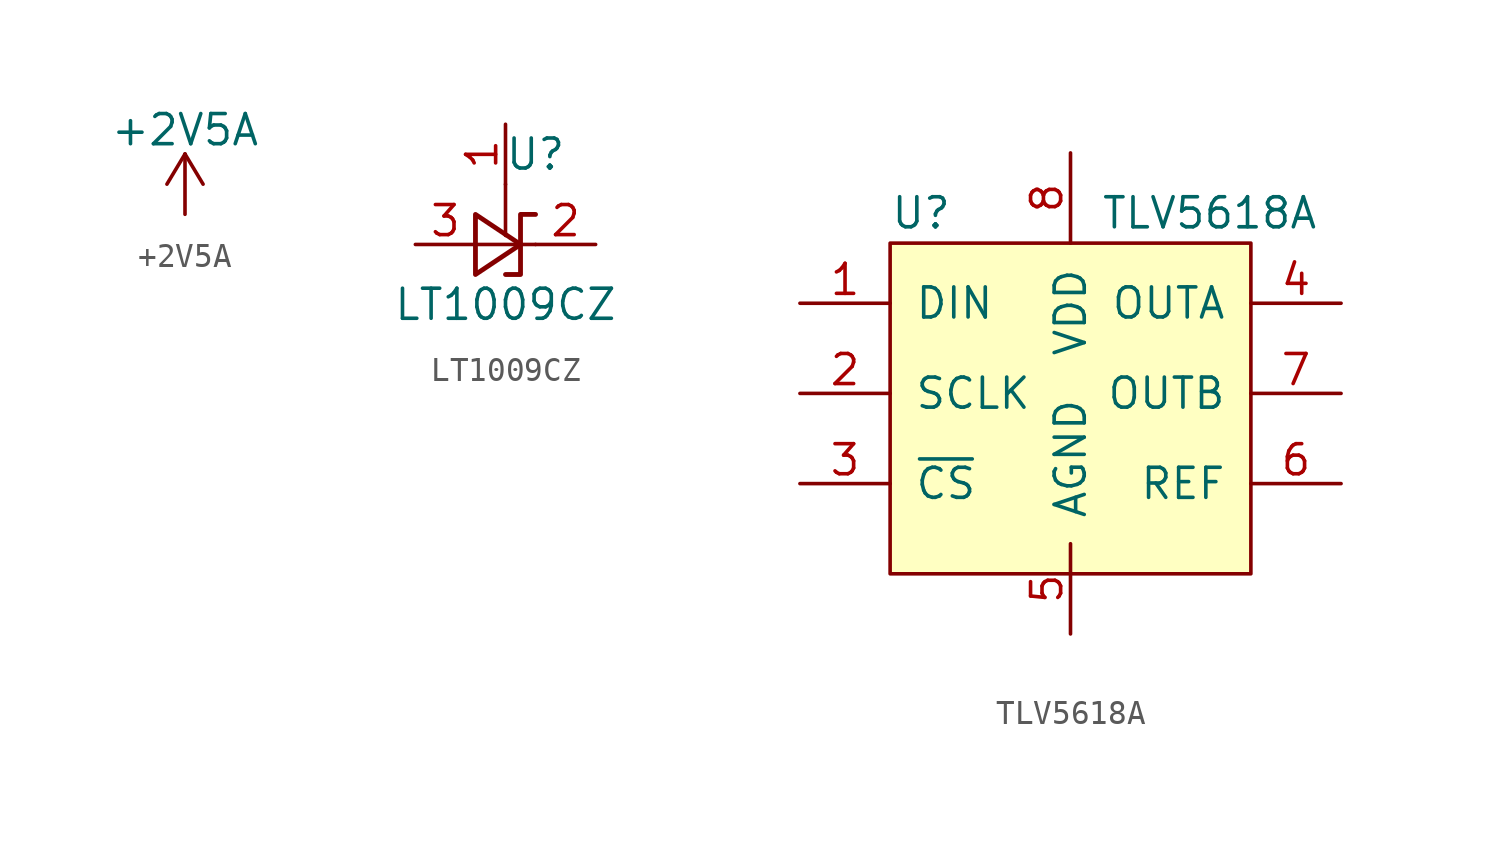
<source format=kicad_sym>
(kicad_symbol_lib
  (version 20220914)
  (generator kicad_symbol_editor)
  (symbol "+2V5A"
    (power)
    (pin_names
      (offset 0))
    (property "Reference" "#PWR"
      (at 0 -3.81 0)
      (effects (font (size 1.27 1.27)) hide))
    (property "Value" "+2V5A"
      (at 0 3.556 0)
      (effects (font (size 1.27 1.27))))
    (symbol "+2V5A_0_1"
      (polyline (pts (xy -0.762 1.27) (xy 0 2.54)) (stroke (width 0) (type default)) (fill (type none)))
      (polyline (pts (xy 0 0) (xy 0 2.54)) (stroke (width 0) (type default)) (fill (type none)))
      (polyline (pts (xy 0 2.54) (xy 0.762 1.27)) (stroke (width 0) (type default)) (fill (type none))))
    (symbol "+2V5A_1_1"
      (pin power_in line (at 0 0 90) (length 0) hide (name "+2V5A" (effects (font (size 1.27 1.27)))) (number "1" (effects (font (size 1.27 1.27)))))))
  (symbol "LT1009CZ"
    (pin_names hide)
    (property "Reference" "U"
      (at 1.27 3.81 0)
      (effects (font (size 1.27 1.27))))
    (property "Value" "LT1009CZ"
      (at 0 -2.54 0)
      (effects (font (size 1.27 1.27))))
    (symbol "LT1009CZ_1_1"
      (polyline (pts (xy 0 2.54) (xy 0 0.381)) (stroke (width 0) (type default)) (fill (type none)))
      (polyline (pts (xy -1.27 0) (xy 0 0) (xy 1.27 0)) (stroke (width 0) (type default)) (fill (type none)))
      (polyline (pts (xy -1.27 -1.27) (xy 0.635 0) (xy -1.27 1.27) (xy -1.27 -1.27)) (stroke (width 0.203) (type default)) (fill (type none)))
      (polyline (pts (xy 0 -1.27) (xy 0.635 -1.27) (xy 0.635 1.27) (xy 1.27 1.27)) (stroke (width 0.203) (type default)) (fill (type none)))
      (pin input line (at 0 5.08 270) (length 2.54) (name "Adj" (effects (font (size 1.27 1.27)))) (number "1" (effects (font (size 1.27 1.27)))))
      (pin passive line (at 3.81 0 180) (length 2.54) (name "K" (effects (font (size 1.27 1.27)))) (number "2" (effects (font (size 1.27 1.27)))))
      (pin passive line (at -3.81 0 0) (length 2.54) (name "A" (effects (font (size 1.27 1.27)))) (number "3" (effects (font (size 1.27 1.27)))))))
  (symbol "TLV5618A"
    (pin_names
      (offset 1.016))
    (property "Reference" "U"
      (at -7.62 12.7 0)
      (effects (font (size 1.27 1.27)) (justify left)))
    (property "Value" "TLV5618A"
      (at 1.27 12.7 0)
      (effects (font (size 1.27 1.27)) (justify left)))
    (symbol "TLV5618A_1_1"
      (rectangle (start -7.62 11.43) (end 7.62 -2.54) (stroke (width 0) (type default)) (fill (type background)))
      (pin input line (at -11.43 8.89 0) (length 3.81) (name "DIN" (effects (font (size 1.27 1.27)))) (number "1" (effects (font (size 1.27 1.27)))))
      (pin input line (at -11.43 5.08 0) (length 3.81) (name "SCLK" (effects (font (size 1.27 1.27)))) (number "2" (effects (font (size 1.27 1.27)))))
      (pin input line (at -11.43 1.27 0) (length 3.81) (name "~{CS}" (effects (font (size 1.27 1.27)))) (number "3" (effects (font (size 1.27 1.27)))))
      (pin output line (at 11.43 8.89 180) (length 3.81) (name "OUTA" (effects (font (size 1.27 1.27)))) (number "4" (effects (font (size 1.27 1.27)))))
      (pin power_in line (at 0 -5.08 90) (length 3.81) (name "AGND" (effects (font (size 1.27 1.27)))) (number "5" (effects (font (size 1.27 1.27)))))
      (pin input line (at 11.43 1.27 180) (length 3.81) (name "REF" (effects (font (size 1.27 1.27)))) (number "6" (effects (font (size 1.27 1.27)))))
      (pin output line (at 11.43 5.08 180) (length 3.81) (name "OUTB" (effects (font (size 1.27 1.27)))) (number "7" (effects (font (size 1.27 1.27)))))
      (pin power_in line (at 0 15.24 270) (length 3.81) (name "VDD" (effects (font (size 1.27 1.27)))) (number "8" (effects (font (size 1.27 1.27))))))))
</source>
